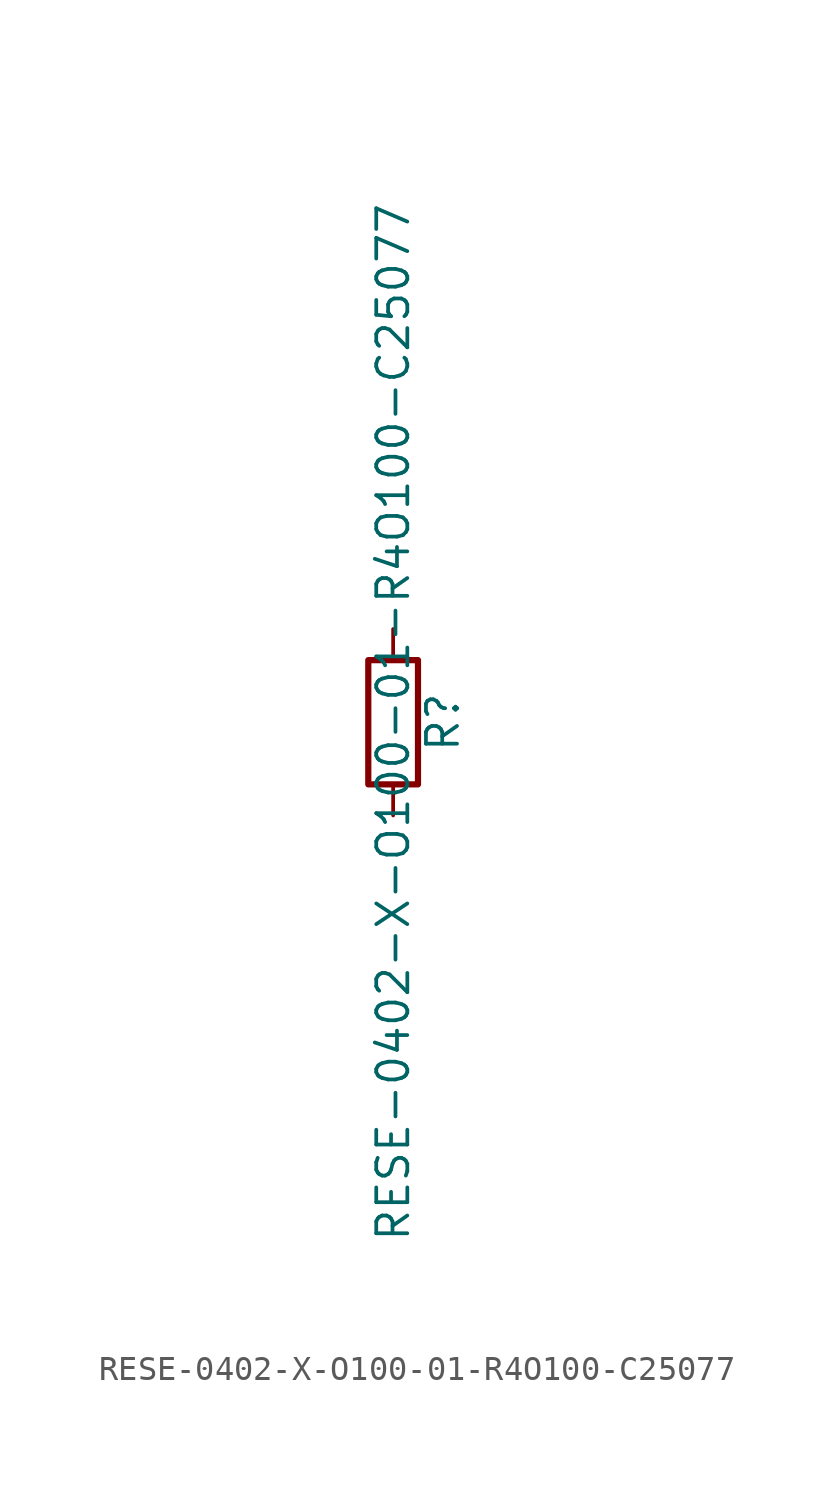
<source format=kicad_sym>
(kicad_symbol_lib
  (version 20211014)
  (generator kicad_symbol_editor)
  (symbol "RESE-0402-X-O100-01-R4O100-C25077"
    (pin_numbers hide)
    (pin_names
      (offset 0))
    (property "Reference" "R"
      (at 2.032 0 90)
      (effects (font (size 1.27 1.27))))
    (property "Value" "RESE-0402-X-O100-01-R4O100-C25077"
      (at 0 0 90)
      (effects (font (size 1.27 1.27))))
    (symbol "RESE-0402-X-O100-01-R4O100-C25077_0_1"
      (rectangle (start -1.016 -2.54) (end 1.016 2.54) (stroke (width 0.254) (type default) (color 0 0 0 0)) (fill (type none))))
    (symbol "RESE-0402-X-O100-01-R4O100-C25077_1_1"
      (pin passive line (at 0 3.81 270) (length 1.27) (name "~" (effects (font (size 1.27 1.27)))) (number "1" (effects (font (size 1.27 1.27)))))
      (pin passive line (at 0 -3.81 90) (length 1.27) (name "~" (effects (font (size 1.27 1.27)))) (number "2" (effects (font (size 1.27 1.27))))))))
</source>
